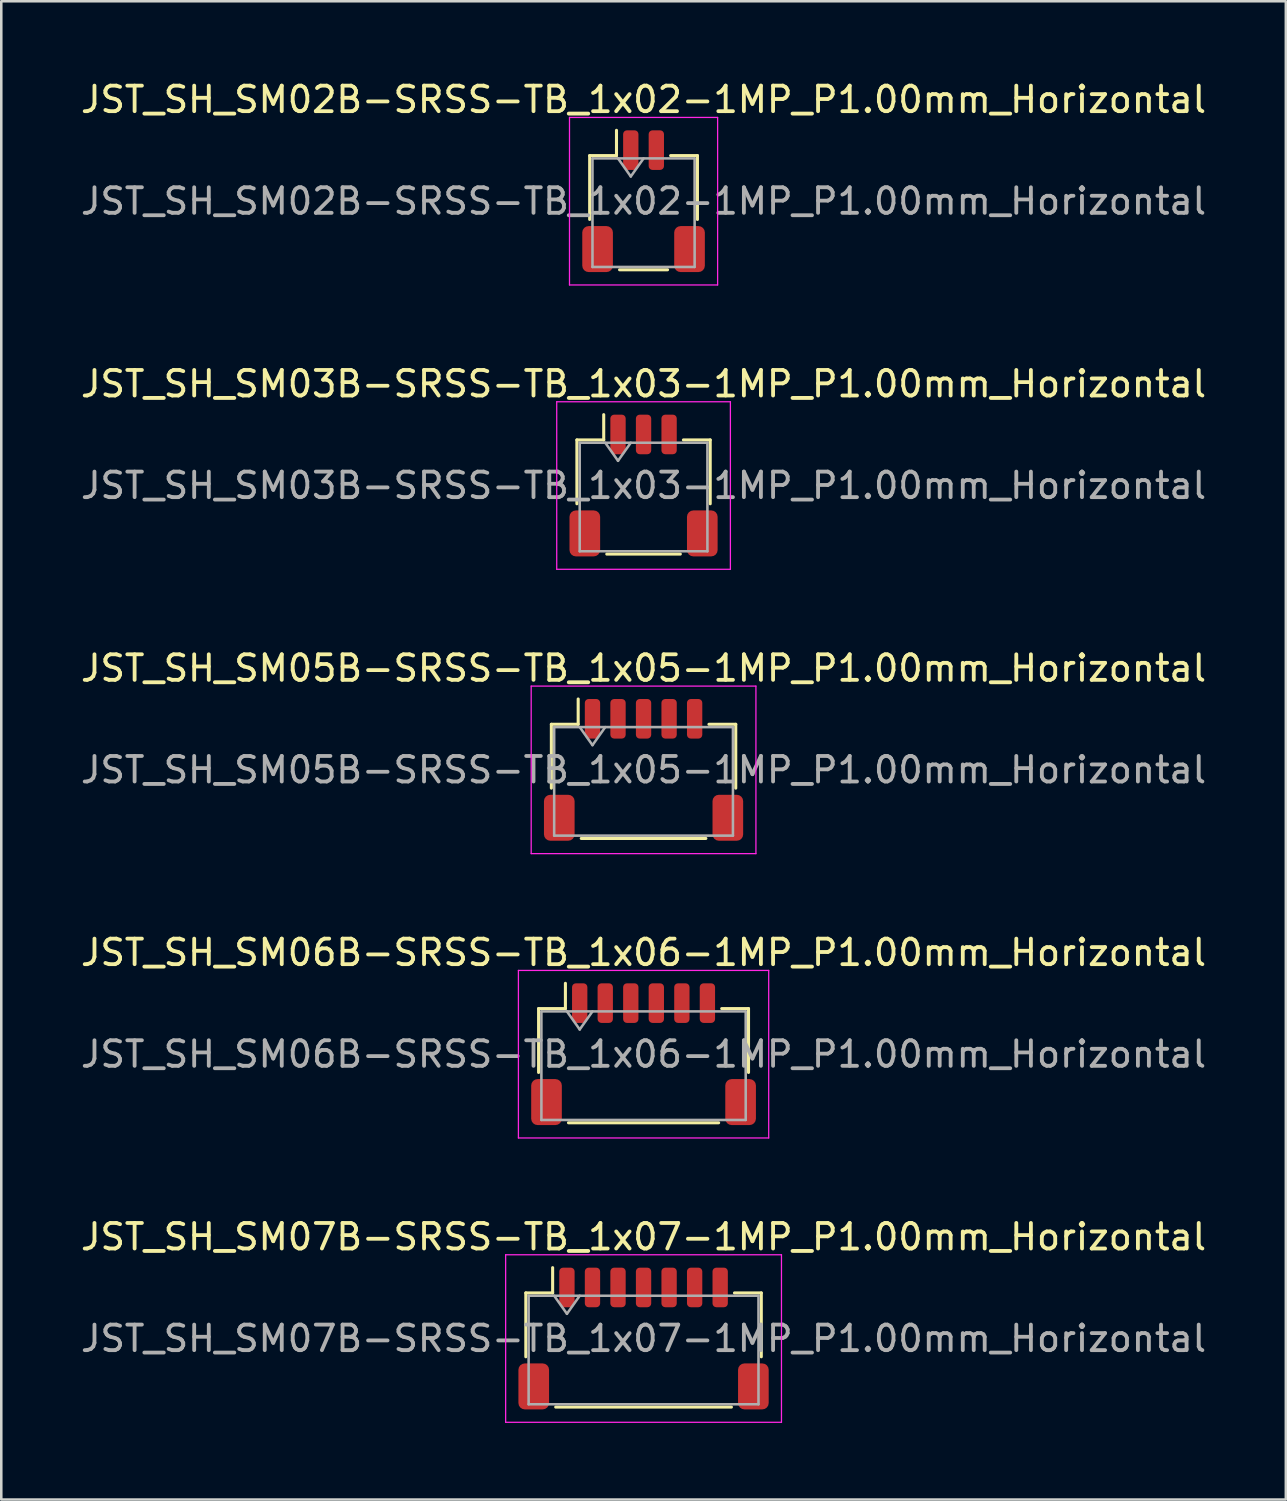
<source format=kicad_pcb>
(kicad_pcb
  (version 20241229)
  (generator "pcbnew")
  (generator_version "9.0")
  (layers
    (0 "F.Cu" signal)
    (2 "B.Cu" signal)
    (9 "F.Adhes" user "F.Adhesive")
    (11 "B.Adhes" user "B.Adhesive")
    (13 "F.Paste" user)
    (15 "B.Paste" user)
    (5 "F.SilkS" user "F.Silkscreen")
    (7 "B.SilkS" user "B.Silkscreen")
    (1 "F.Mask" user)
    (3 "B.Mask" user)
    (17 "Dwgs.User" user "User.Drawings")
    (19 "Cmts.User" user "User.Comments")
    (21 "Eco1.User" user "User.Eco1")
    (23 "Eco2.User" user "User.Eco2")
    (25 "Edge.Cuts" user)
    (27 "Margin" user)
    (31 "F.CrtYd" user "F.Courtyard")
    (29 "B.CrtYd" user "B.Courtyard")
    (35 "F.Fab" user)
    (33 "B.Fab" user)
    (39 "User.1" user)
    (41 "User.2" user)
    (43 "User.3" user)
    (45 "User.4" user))
  (footprint "JST_SH_SM02B-SRSS-TB_1x02-1MP_P1.00mm_Horizontal"
    (layer "F.Cu")
    (at 22.149 4.828)
    (property "Reference" "JST_SH_SM02B-SRSS-TB_1x02-1MP_P1.00mm_Horizontal" (at 0 -3.98 0) (layer "F.SilkS") (effects (font (size 1 1) (thickness 0.15))))
    (attr smd)
    (fp_line (start -2.11 -1.785) (end -1.06 -1.785) (stroke (width 0.12) (type solid)) (layer "F.SilkS"))
    (fp_line (start -2.11 0.715) (end -2.11 -1.785) (stroke (width 0.12) (type solid)) (layer "F.SilkS"))
    (fp_line (start -1.06 -1.785) (end -1.06 -2.775) (stroke (width 0.12) (type solid)) (layer "F.SilkS"))
    (fp_line (start -0.94 2.685) (end 0.94 2.685) (stroke (width 0.12) (type solid)) (layer "F.SilkS"))
    (fp_line (start 2.11 -1.785) (end 1.06 -1.785) (stroke (width 0.12) (type solid)) (layer "F.SilkS"))
    (fp_line (start 2.11 0.715) (end 2.11 -1.785) (stroke (width 0.12) (type solid)) (layer "F.SilkS"))
    (fp_line (start -2.9 -3.28) (end -2.9 3.28) (stroke (width 0.05) (type solid)) (layer "F.CrtYd"))
    (fp_line (start -2.9 3.28) (end 2.9 3.28) (stroke (width 0.05) (type solid)) (layer "F.CrtYd"))
    (fp_line (start 2.9 -3.28) (end -2.9 -3.28) (stroke (width 0.05) (type solid)) (layer "F.CrtYd"))
    (fp_line (start 2.9 3.28) (end 2.9 -3.28) (stroke (width 0.05) (type solid)) (layer "F.CrtYd"))
    (fp_line (start -2 -1.675) (end -2 2.575) (stroke (width 0.1) (type solid)) (layer "F.Fab"))
    (fp_line (start -2 -1.675) (end 2 -1.675) (stroke (width 0.1) (type solid)) (layer "F.Fab"))
    (fp_line (start -2 2.575) (end 2 2.575) (stroke (width 0.1) (type solid)) (layer "F.Fab"))
    (fp_line (start -1 -1.675) (end -0.5 -0.968) (stroke (width 0.1) (type solid)) (layer "F.Fab"))
    (fp_line (start -0.5 -0.968) (end 0 -1.675) (stroke (width 0.1) (type solid)) (layer "F.Fab"))
    (fp_line (start 2 -1.675) (end 2 2.575) (stroke (width 0.1) (type solid)) (layer "F.Fab"))
    (fp_text user "${REFERENCE}" (at 0 0 0) (layer "F.Fab") (effects (font (size 1 1) (thickness 0.15))))
    (pad "1" smd roundrect (at -0.5 -2) (size 0.6 1.55) (layers "F.Cu" "F.Mask" "F.Paste") (roundrect_rratio 0.25))
    (pad "2" smd roundrect (at 0.5 -2) (size 0.6 1.55) (layers "F.Cu" "F.Mask" "F.Paste") (roundrect_rratio 0.25))
    (pad "MP" smd roundrect (at -1.8 1.875) (size 1.2 1.8) (layers "F.Cu" "F.Mask" "F.Paste") (roundrect_rratio 0.208))
    (pad "MP" smd roundrect (at 1.8 1.875) (size 1.2 1.8) (layers "F.Cu" "F.Mask" "F.Paste") (roundrect_rratio 0.208)))
  (footprint "JST_SH_SM07B-SRSS-TB_1x07-1MP_P1.00mm_Horizontal"
    (layer "F.Cu")
    (at 22.149 49.361)
    (property "Reference" "JST_SH_SM07B-SRSS-TB_1x07-1MP_P1.00mm_Horizontal" (at 0 -3.98 0) (layer "F.SilkS") (effects (font (size 1 1) (thickness 0.15))))
    (attr smd)
    (fp_line (start -4.61 -1.785) (end -3.56 -1.785) (stroke (width 0.12) (type solid)) (layer "F.SilkS"))
    (fp_line (start -4.61 0.715) (end -4.61 -1.785) (stroke (width 0.12) (type solid)) (layer "F.SilkS"))
    (fp_line (start -3.56 -1.785) (end -3.56 -2.775) (stroke (width 0.12) (type solid)) (layer "F.SilkS"))
    (fp_line (start -3.44 2.685) (end 3.44 2.685) (stroke (width 0.12) (type solid)) (layer "F.SilkS"))
    (fp_line (start 4.61 -1.785) (end 3.56 -1.785) (stroke (width 0.12) (type solid)) (layer "F.SilkS"))
    (fp_line (start 4.61 0.715) (end 4.61 -1.785) (stroke (width 0.12) (type solid)) (layer "F.SilkS"))
    (fp_line (start -5.4 -3.28) (end -5.4 3.28) (stroke (width 0.05) (type solid)) (layer "F.CrtYd"))
    (fp_line (start -5.4 3.28) (end 5.4 3.28) (stroke (width 0.05) (type solid)) (layer "F.CrtYd"))
    (fp_line (start 5.4 -3.28) (end -5.4 -3.28) (stroke (width 0.05) (type solid)) (layer "F.CrtYd"))
    (fp_line (start 5.4 3.28) (end 5.4 -3.28) (stroke (width 0.05) (type solid)) (layer "F.CrtYd"))
    (fp_line (start -4.5 -1.675) (end -4.5 2.575) (stroke (width 0.1) (type solid)) (layer "F.Fab"))
    (fp_line (start -4.5 -1.675) (end 4.5 -1.675) (stroke (width 0.1) (type solid)) (layer "F.Fab"))
    (fp_line (start -4.5 2.575) (end 4.5 2.575) (stroke (width 0.1) (type solid)) (layer "F.Fab"))
    (fp_line (start -3.5 -1.675) (end -3 -0.968) (stroke (width 0.1) (type solid)) (layer "F.Fab"))
    (fp_line (start -3 -0.968) (end -2.5 -1.675) (stroke (width 0.1) (type solid)) (layer "F.Fab"))
    (fp_line (start 4.5 -1.675) (end 4.5 2.575) (stroke (width 0.1) (type solid)) (layer "F.Fab"))
    (fp_text user "${REFERENCE}" (at 0 0 0) (layer "F.Fab") (effects (font (size 1 1) (thickness 0.15))))
    (pad "1" smd roundrect (at -3 -2) (size 0.6 1.55) (layers "F.Cu" "F.Mask" "F.Paste") (roundrect_rratio 0.25))
    (pad "2" smd roundrect (at -2 -2) (size 0.6 1.55) (layers "F.Cu" "F.Mask" "F.Paste") (roundrect_rratio 0.25))
    (pad "3" smd roundrect (at -1 -2) (size 0.6 1.55) (layers "F.Cu" "F.Mask" "F.Paste") (roundrect_rratio 0.25))
    (pad "4" smd roundrect (at 0 -2) (size 0.6 1.55) (layers "F.Cu" "F.Mask" "F.Paste") (roundrect_rratio 0.25))
    (pad "5" smd roundrect (at 1 -2) (size 0.6 1.55) (layers "F.Cu" "F.Mask" "F.Paste") (roundrect_rratio 0.25))
    (pad "6" smd roundrect (at 2 -2) (size 0.6 1.55) (layers "F.Cu" "F.Mask" "F.Paste") (roundrect_rratio 0.25))
    (pad "7" smd roundrect (at 3 -2) (size 0.6 1.55) (layers "F.Cu" "F.Mask" "F.Paste") (roundrect_rratio 0.25))
    (pad "MP" smd roundrect (at -4.3 1.875) (size 1.2 1.8) (layers "F.Cu" "F.Mask" "F.Paste") (roundrect_rratio 0.208))
    (pad "MP" smd roundrect (at 4.3 1.875) (size 1.2 1.8) (layers "F.Cu" "F.Mask" "F.Paste") (roundrect_rratio 0.208)))
  (footprint "JST_SH_SM05B-SRSS-TB_1x05-1MP_P1.00mm_Horizontal"
    (layer "F.Cu")
    (at 22.149 27.095)
    (property "Reference" "JST_SH_SM05B-SRSS-TB_1x05-1MP_P1.00mm_Horizontal" (at 0 -3.98 0) (layer "F.SilkS") (effects (font (size 1 1) (thickness 0.15))))
    (attr smd)
    (fp_line (start -3.61 -1.785) (end -2.56 -1.785) (stroke (width 0.12) (type solid)) (layer "F.SilkS"))
    (fp_line (start -3.61 0.715) (end -3.61 -1.785) (stroke (width 0.12) (type solid)) (layer "F.SilkS"))
    (fp_line (start -2.56 -1.785) (end -2.56 -2.775) (stroke (width 0.12) (type solid)) (layer "F.SilkS"))
    (fp_line (start -2.44 2.685) (end 2.44 2.685) (stroke (width 0.12) (type solid)) (layer "F.SilkS"))
    (fp_line (start 3.61 -1.785) (end 2.56 -1.785) (stroke (width 0.12) (type solid)) (layer "F.SilkS"))
    (fp_line (start 3.61 0.715) (end 3.61 -1.785) (stroke (width 0.12) (type solid)) (layer "F.SilkS"))
    (fp_line (start -4.4 -3.28) (end -4.4 3.28) (stroke (width 0.05) (type solid)) (layer "F.CrtYd"))
    (fp_line (start -4.4 3.28) (end 4.4 3.28) (stroke (width 0.05) (type solid)) (layer "F.CrtYd"))
    (fp_line (start 4.4 -3.28) (end -4.4 -3.28) (stroke (width 0.05) (type solid)) (layer "F.CrtYd"))
    (fp_line (start 4.4 3.28) (end 4.4 -3.28) (stroke (width 0.05) (type solid)) (layer "F.CrtYd"))
    (fp_line (start -3.5 -1.675) (end -3.5 2.575) (stroke (width 0.1) (type solid)) (layer "F.Fab"))
    (fp_line (start -3.5 -1.675) (end 3.5 -1.675) (stroke (width 0.1) (type solid)) (layer "F.Fab"))
    (fp_line (start -3.5 2.575) (end 3.5 2.575) (stroke (width 0.1) (type solid)) (layer "F.Fab"))
    (fp_line (start -2.5 -1.675) (end -2 -0.968) (stroke (width 0.1) (type solid)) (layer "F.Fab"))
    (fp_line (start -2 -0.968) (end -1.5 -1.675) (stroke (width 0.1) (type solid)) (layer "F.Fab"))
    (fp_line (start 3.5 -1.675) (end 3.5 2.575) (stroke (width 0.1) (type solid)) (layer "F.Fab"))
    (fp_text user "${REFERENCE}" (at 0 0 0) (layer "F.Fab") (effects (font (size 1 1) (thickness 0.15))))
    (pad "1" smd roundrect (at -2 -2) (size 0.6 1.55) (layers "F.Cu" "F.Mask" "F.Paste") (roundrect_rratio 0.25))
    (pad "2" smd roundrect (at -1 -2) (size 0.6 1.55) (layers "F.Cu" "F.Mask" "F.Paste") (roundrect_rratio 0.25))
    (pad "3" smd roundrect (at 0 -2) (size 0.6 1.55) (layers "F.Cu" "F.Mask" "F.Paste") (roundrect_rratio 0.25))
    (pad "4" smd roundrect (at 1 -2) (size 0.6 1.55) (layers "F.Cu" "F.Mask" "F.Paste") (roundrect_rratio 0.25))
    (pad "5" smd roundrect (at 2 -2) (size 0.6 1.55) (layers "F.Cu" "F.Mask" "F.Paste") (roundrect_rratio 0.25))
    (pad "MP" smd roundrect (at -3.3 1.875) (size 1.2 1.8) (layers "F.Cu" "F.Mask" "F.Paste") (roundrect_rratio 0.208))
    (pad "MP" smd roundrect (at 3.3 1.875) (size 1.2 1.8) (layers "F.Cu" "F.Mask" "F.Paste") (roundrect_rratio 0.208)))
  (footprint "JST_SH_SM06B-SRSS-TB_1x06-1MP_P1.00mm_Horizontal"
    (layer "F.Cu")
    (at 22.149 38.228)
    (property "Reference" "JST_SH_SM06B-SRSS-TB_1x06-1MP_P1.00mm_Horizontal" (at 0 -3.98 0) (layer "F.SilkS") (effects (font (size 1 1) (thickness 0.15))))
    (attr smd)
    (fp_line (start -4.11 -1.785) (end -3.06 -1.785) (stroke (width 0.12) (type solid)) (layer "F.SilkS"))
    (fp_line (start -4.11 0.715) (end -4.11 -1.785) (stroke (width 0.12) (type solid)) (layer "F.SilkS"))
    (fp_line (start -3.06 -1.785) (end -3.06 -2.775) (stroke (width 0.12) (type solid)) (layer "F.SilkS"))
    (fp_line (start -2.94 2.685) (end 2.94 2.685) (stroke (width 0.12) (type solid)) (layer "F.SilkS"))
    (fp_line (start 4.11 -1.785) (end 3.06 -1.785) (stroke (width 0.12) (type solid)) (layer "F.SilkS"))
    (fp_line (start 4.11 0.715) (end 4.11 -1.785) (stroke (width 0.12) (type solid)) (layer "F.SilkS"))
    (fp_line (start -4.9 -3.28) (end -4.9 3.28) (stroke (width 0.05) (type solid)) (layer "F.CrtYd"))
    (fp_line (start -4.9 3.28) (end 4.9 3.28) (stroke (width 0.05) (type solid)) (layer "F.CrtYd"))
    (fp_line (start 4.9 -3.28) (end -4.9 -3.28) (stroke (width 0.05) (type solid)) (layer "F.CrtYd"))
    (fp_line (start 4.9 3.28) (end 4.9 -3.28) (stroke (width 0.05) (type solid)) (layer "F.CrtYd"))
    (fp_line (start -4 -1.675) (end -4 2.575) (stroke (width 0.1) (type solid)) (layer "F.Fab"))
    (fp_line (start -4 -1.675) (end 4 -1.675) (stroke (width 0.1) (type solid)) (layer "F.Fab"))
    (fp_line (start -4 2.575) (end 4 2.575) (stroke (width 0.1) (type solid)) (layer "F.Fab"))
    (fp_line (start -3 -1.675) (end -2.5 -0.968) (stroke (width 0.1) (type solid)) (layer "F.Fab"))
    (fp_line (start -2.5 -0.968) (end -2 -1.675) (stroke (width 0.1) (type solid)) (layer "F.Fab"))
    (fp_line (start 4 -1.675) (end 4 2.575) (stroke (width 0.1) (type solid)) (layer "F.Fab"))
    (fp_text user "${REFERENCE}" (at 0 0 0) (layer "F.Fab") (effects (font (size 1 1) (thickness 0.15))))
    (pad "1" smd roundrect (at -2.5 -2) (size 0.6 1.55) (layers "F.Cu" "F.Mask" "F.Paste") (roundrect_rratio 0.25))
    (pad "2" smd roundrect (at -1.5 -2) (size 0.6 1.55) (layers "F.Cu" "F.Mask" "F.Paste") (roundrect_rratio 0.25))
    (pad "3" smd roundrect (at -0.5 -2) (size 0.6 1.55) (layers "F.Cu" "F.Mask" "F.Paste") (roundrect_rratio 0.25))
    (pad "4" smd roundrect (at 0.5 -2) (size 0.6 1.55) (layers "F.Cu" "F.Mask" "F.Paste") (roundrect_rratio 0.25))
    (pad "5" smd roundrect (at 1.5 -2) (size 0.6 1.55) (layers "F.Cu" "F.Mask" "F.Paste") (roundrect_rratio 0.25))
    (pad "6" smd roundrect (at 2.5 -2) (size 0.6 1.55) (layers "F.Cu" "F.Mask" "F.Paste") (roundrect_rratio 0.25))
    (pad "MP" smd roundrect (at -3.8 1.875) (size 1.2 1.8) (layers "F.Cu" "F.Mask" "F.Paste") (roundrect_rratio 0.208))
    (pad "MP" smd roundrect (at 3.8 1.875) (size 1.2 1.8) (layers "F.Cu" "F.Mask" "F.Paste") (roundrect_rratio 0.208)))
  (footprint "JST_SH_SM03B-SRSS-TB_1x03-1MP_P1.00mm_Horizontal"
    (layer "F.Cu")
    (at 22.149 15.961)
    (property "Reference" "JST_SH_SM03B-SRSS-TB_1x03-1MP_P1.00mm_Horizontal" (at 0 -3.98 0) (layer "F.SilkS") (effects (font (size 1 1) (thickness 0.15))))
    (attr smd)
    (fp_line (start -2.61 -1.785) (end -1.56 -1.785) (stroke (width 0.12) (type solid)) (layer "F.SilkS"))
    (fp_line (start -2.61 0.715) (end -2.61 -1.785) (stroke (width 0.12) (type solid)) (layer "F.SilkS"))
    (fp_line (start -1.56 -1.785) (end -1.56 -2.775) (stroke (width 0.12) (type solid)) (layer "F.SilkS"))
    (fp_line (start -1.44 2.685) (end 1.44 2.685) (stroke (width 0.12) (type solid)) (layer "F.SilkS"))
    (fp_line (start 2.61 -1.785) (end 1.56 -1.785) (stroke (width 0.12) (type solid)) (layer "F.SilkS"))
    (fp_line (start 2.61 0.715) (end 2.61 -1.785) (stroke (width 0.12) (type solid)) (layer "F.SilkS"))
    (fp_line (start -3.4 -3.28) (end -3.4 3.28) (stroke (width 0.05) (type solid)) (layer "F.CrtYd"))
    (fp_line (start -3.4 3.28) (end 3.4 3.28) (stroke (width 0.05) (type solid)) (layer "F.CrtYd"))
    (fp_line (start 3.4 -3.28) (end -3.4 -3.28) (stroke (width 0.05) (type solid)) (layer "F.CrtYd"))
    (fp_line (start 3.4 3.28) (end 3.4 -3.28) (stroke (width 0.05) (type solid)) (layer "F.CrtYd"))
    (fp_line (start -2.5 -1.675) (end -2.5 2.575) (stroke (width 0.1) (type solid)) (layer "F.Fab"))
    (fp_line (start -2.5 -1.675) (end 2.5 -1.675) (stroke (width 0.1) (type solid)) (layer "F.Fab"))
    (fp_line (start -2.5 2.575) (end 2.5 2.575) (stroke (width 0.1) (type solid)) (layer "F.Fab"))
    (fp_line (start -1.5 -1.675) (end -1 -0.968) (stroke (width 0.1) (type solid)) (layer "F.Fab"))
    (fp_line (start -1 -0.968) (end -0.5 -1.675) (stroke (width 0.1) (type solid)) (layer "F.Fab"))
    (fp_line (start 2.5 -1.675) (end 2.5 2.575) (stroke (width 0.1) (type solid)) (layer "F.Fab"))
    (fp_text user "${REFERENCE}" (at 0 0 0) (layer "F.Fab") (effects (font (size 1 1) (thickness 0.15))))
    (pad "1" smd roundrect (at -1 -2) (size 0.6 1.55) (layers "F.Cu" "F.Mask" "F.Paste") (roundrect_rratio 0.25))
    (pad "2" smd roundrect (at 0 -2) (size 0.6 1.55) (layers "F.Cu" "F.Mask" "F.Paste") (roundrect_rratio 0.25))
    (pad "3" smd roundrect (at 1 -2) (size 0.6 1.55) (layers "F.Cu" "F.Mask" "F.Paste") (roundrect_rratio 0.25))
    (pad "MP" smd roundrect (at -2.3 1.875) (size 1.2 1.8) (layers "F.Cu" "F.Mask" "F.Paste") (roundrect_rratio 0.208))
    (pad "MP" smd roundrect (at 2.3 1.875) (size 1.2 1.8) (layers "F.Cu" "F.Mask" "F.Paste") (roundrect_rratio 0.208)))
  (gr_rect
    (start -3 -3)
    (end 47.298 55.666)
    (stroke (width 0.1) (type default))
    (fill no)
    (layer "Edge.Cuts")))
</source>
